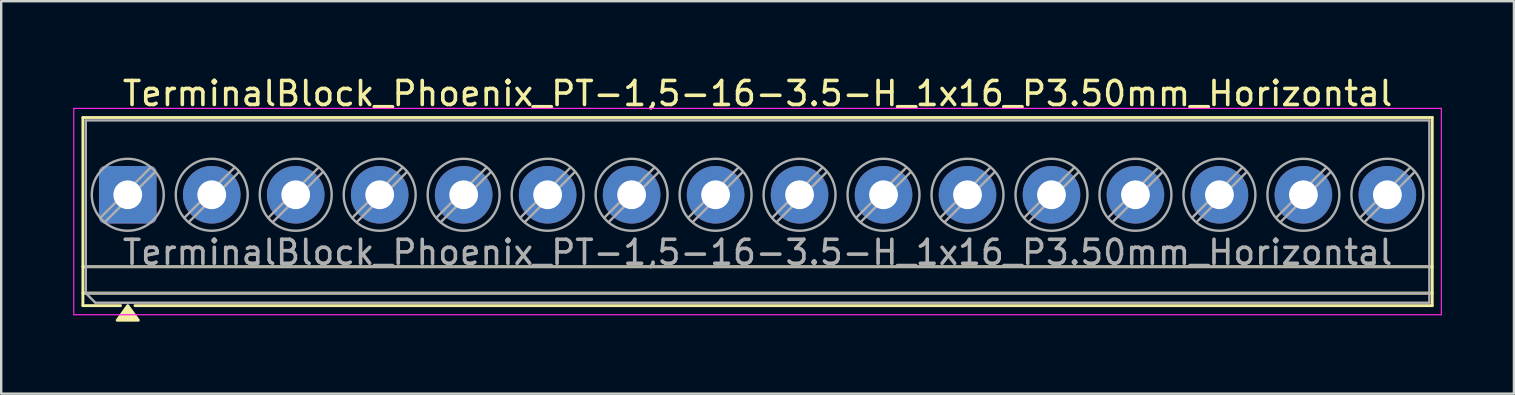
<source format=kicad_pcb>
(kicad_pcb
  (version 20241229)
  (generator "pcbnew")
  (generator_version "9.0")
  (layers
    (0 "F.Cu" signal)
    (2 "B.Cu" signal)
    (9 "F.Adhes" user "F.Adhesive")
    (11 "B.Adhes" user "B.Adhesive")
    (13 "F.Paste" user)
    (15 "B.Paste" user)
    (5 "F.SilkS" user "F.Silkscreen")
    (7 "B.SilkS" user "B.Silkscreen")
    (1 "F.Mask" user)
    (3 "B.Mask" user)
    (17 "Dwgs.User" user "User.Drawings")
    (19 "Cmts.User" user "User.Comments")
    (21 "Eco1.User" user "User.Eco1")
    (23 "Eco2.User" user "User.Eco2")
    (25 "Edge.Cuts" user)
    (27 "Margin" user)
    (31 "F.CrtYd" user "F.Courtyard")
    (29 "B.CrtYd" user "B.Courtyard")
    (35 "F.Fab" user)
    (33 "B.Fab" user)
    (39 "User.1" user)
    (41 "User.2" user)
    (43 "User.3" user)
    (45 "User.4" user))
  (footprint "TerminalBlock_Phoenix_PT-1,5-16-3.5-H_1x16_P3.50mm_Horizontal"
    (layer "F.Cu")
    (at 2.275 5.068)
    (property "Reference" "TerminalBlock_Phoenix_PT-1,5-16-3.5-H_1x16_P3.50mm_Horizontal" (at 26.25 -4.22 0) (layer "F.SilkS") (effects (font (size 1 1) (thickness 0.15))))
    (attr through_hole)
    (fp_line (start -1.87 -3.22) (end -1.87 4.62) (stroke (width 0.12) (type solid)) (layer "F.SilkS"))
    (fp_line (start -1.87 -3.22) (end 54.37 -3.22) (stroke (width 0.12) (type solid)) (layer "F.SilkS"))
    (fp_line (start -1.87 3) (end 54.37 3) (stroke (width 0.12) (type solid)) (layer "F.SilkS"))
    (fp_line (start -1.87 4.1) (end 54.37 4.1) (stroke (width 0.12) (type solid)) (layer "F.SilkS"))
    (fp_line (start -1.87 4.62) (end -0.3 4.62) (stroke (width 0.12) (type solid)) (layer "F.SilkS"))
    (fp_line (start 0.3 4.62) (end 54.37 4.62) (stroke (width 0.12) (type solid)) (layer "F.SilkS"))
    (fp_line (start 54.37 -3.22) (end 54.37 4.62) (stroke (width 0.12) (type solid)) (layer "F.SilkS"))
    (fp_poly (pts (xy 0 4.62) (xy 0.44 5.23) (xy -0.44 5.23)) (stroke (width 0.12) (type solid)) (fill yes) (layer "F.SilkS"))
    (fp_line (start -2.25 -3.6) (end -2.25 5) (stroke (width 0.05) (type solid)) (layer "F.CrtYd"))
    (fp_line (start -2.25 5) (end 54.75 5) (stroke (width 0.05) (type solid)) (layer "F.CrtYd"))
    (fp_line (start 54.75 -3.6) (end -2.25 -3.6) (stroke (width 0.05) (type solid)) (layer "F.CrtYd"))
    (fp_line (start 54.75 5) (end 54.75 -3.6) (stroke (width 0.05) (type solid)) (layer "F.CrtYd"))
    (fp_line (start -1.75 -3.1) (end 54.25 -3.1) (stroke (width 0.1) (type solid)) (layer "F.Fab"))
    (fp_line (start -1.75 3) (end 54.25 3) (stroke (width 0.1) (type solid)) (layer "F.Fab"))
    (fp_line (start -1.75 4.1) (end -1.75 -3.1) (stroke (width 0.1) (type solid)) (layer "F.Fab"))
    (fp_line (start -1.75 4.1) (end 54.25 4.1) (stroke (width 0.1) (type solid)) (layer "F.Fab"))
    (fp_line (start -1.35 4.5) (end -1.75 4.1) (stroke (width 0.1) (type solid)) (layer "F.Fab"))
    (fp_line (start 0.955 -1.138) (end -1.138 0.955) (stroke (width 0.1) (type solid)) (layer "F.Fab"))
    (fp_line (start 1.138 -0.955) (end -0.955 1.138) (stroke (width 0.1) (type solid)) (layer "F.Fab"))
    (fp_line (start 4.455 -1.138) (end 2.362 0.955) (stroke (width 0.1) (type solid)) (layer "F.Fab"))
    (fp_line (start 4.638 -0.955) (end 2.545 1.138) (stroke (width 0.1) (type solid)) (layer "F.Fab"))
    (fp_line (start 7.955 -1.138) (end 5.862 0.955) (stroke (width 0.1) (type solid)) (layer "F.Fab"))
    (fp_line (start 8.138 -0.955) (end 6.045 1.138) (stroke (width 0.1) (type solid)) (layer "F.Fab"))
    (fp_line (start 11.455 -1.138) (end 9.362 0.955) (stroke (width 0.1) (type solid)) (layer "F.Fab"))
    (fp_line (start 11.638 -0.955) (end 9.545 1.138) (stroke (width 0.1) (type solid)) (layer "F.Fab"))
    (fp_line (start 14.955 -1.138) (end 12.862 0.955) (stroke (width 0.1) (type solid)) (layer "F.Fab"))
    (fp_line (start 15.138 -0.955) (end 13.045 1.138) (stroke (width 0.1) (type solid)) (layer "F.Fab"))
    (fp_line (start 18.455 -1.138) (end 16.362 0.955) (stroke (width 0.1) (type solid)) (layer "F.Fab"))
    (fp_line (start 18.638 -0.955) (end 16.545 1.138) (stroke (width 0.1) (type solid)) (layer "F.Fab"))
    (fp_line (start 21.955 -1.138) (end 19.862 0.955) (stroke (width 0.1) (type solid)) (layer "F.Fab"))
    (fp_line (start 22.138 -0.955) (end 20.045 1.138) (stroke (width 0.1) (type solid)) (layer "F.Fab"))
    (fp_line (start 25.455 -1.138) (end 23.362 0.955) (stroke (width 0.1) (type solid)) (layer "F.Fab"))
    (fp_line (start 25.638 -0.955) (end 23.545 1.138) (stroke (width 0.1) (type solid)) (layer "F.Fab"))
    (fp_line (start 28.955 -1.138) (end 26.862 0.955) (stroke (width 0.1) (type solid)) (layer "F.Fab"))
    (fp_line (start 29.138 -0.955) (end 27.045 1.138) (stroke (width 0.1) (type solid)) (layer "F.Fab"))
    (fp_line (start 32.455 -1.138) (end 30.362 0.955) (stroke (width 0.1) (type solid)) (layer "F.Fab"))
    (fp_line (start 32.638 -0.955) (end 30.545 1.138) (stroke (width 0.1) (type solid)) (layer "F.Fab"))
    (fp_line (start 35.955 -1.138) (end 33.862 0.955) (stroke (width 0.1) (type solid)) (layer "F.Fab"))
    (fp_line (start 36.138 -0.955) (end 34.045 1.138) (stroke (width 0.1) (type solid)) (layer "F.Fab"))
    (fp_line (start 39.455 -1.138) (end 37.362 0.955) (stroke (width 0.1) (type solid)) (layer "F.Fab"))
    (fp_line (start 39.638 -0.955) (end 37.545 1.138) (stroke (width 0.1) (type solid)) (layer "F.Fab"))
    (fp_line (start 42.955 -1.138) (end 40.862 0.955) (stroke (width 0.1) (type solid)) (layer "F.Fab"))
    (fp_line (start 43.138 -0.955) (end 41.045 1.138) (stroke (width 0.1) (type solid)) (layer "F.Fab"))
    (fp_line (start 46.455 -1.138) (end 44.362 0.955) (stroke (width 0.1) (type solid)) (layer "F.Fab"))
    (fp_line (start 46.638 -0.955) (end 44.545 1.138) (stroke (width 0.1) (type solid)) (layer "F.Fab"))
    (fp_line (start 49.955 -1.138) (end 47.862 0.955) (stroke (width 0.1) (type solid)) (layer "F.Fab"))
    (fp_line (start 50.138 -0.955) (end 48.045 1.138) (stroke (width 0.1) (type solid)) (layer "F.Fab"))
    (fp_line (start 53.455 -1.138) (end 51.362 0.955) (stroke (width 0.1) (type solid)) (layer "F.Fab"))
    (fp_line (start 53.638 -0.955) (end 51.545 1.138) (stroke (width 0.1) (type solid)) (layer "F.Fab"))
    (fp_line (start 54.25 -3.1) (end 54.25 4.5) (stroke (width 0.1) (type solid)) (layer "F.Fab"))
    (fp_line (start 54.25 4.5) (end -1.35 4.5) (stroke (width 0.1) (type solid)) (layer "F.Fab"))
    (fp_circle (center 0 0) (end 1.5 0) (stroke (width 0.1) (type solid)) (fill no) (layer "F.Fab"))
    (fp_circle (center 3.5 0) (end 5 0) (stroke (width 0.1) (type solid)) (fill no) (layer "F.Fab"))
    (fp_circle (center 7 0) (end 8.5 0) (stroke (width 0.1) (type solid)) (fill no) (layer "F.Fab"))
    (fp_circle (center 10.5 0) (end 12 0) (stroke (width 0.1) (type solid)) (fill no) (layer "F.Fab"))
    (fp_circle (center 14 0) (end 15.5 0) (stroke (width 0.1) (type solid)) (fill no) (layer "F.Fab"))
    (fp_circle (center 17.5 0) (end 19 0) (stroke (width 0.1) (type solid)) (fill no) (layer "F.Fab"))
    (fp_circle (center 21 0) (end 22.5 0) (stroke (width 0.1) (type solid)) (fill no) (layer "F.Fab"))
    (fp_circle (center 24.5 0) (end 26 0) (stroke (width 0.1) (type solid)) (fill no) (layer "F.Fab"))
    (fp_circle (center 28 0) (end 29.5 0) (stroke (width 0.1) (type solid)) (fill no) (layer "F.Fab"))
    (fp_circle (center 31.5 0) (end 33 0) (stroke (width 0.1) (type solid)) (fill no) (layer "F.Fab"))
    (fp_circle (center 35 0) (end 36.5 0) (stroke (width 0.1) (type solid)) (fill no) (layer "F.Fab"))
    (fp_circle (center 38.5 0) (end 40 0) (stroke (width 0.1) (type solid)) (fill no) (layer "F.Fab"))
    (fp_circle (center 42 0) (end 43.5 0) (stroke (width 0.1) (type solid)) (fill no) (layer "F.Fab"))
    (fp_circle (center 45.5 0) (end 47 0) (stroke (width 0.1) (type solid)) (fill no) (layer "F.Fab"))
    (fp_circle (center 49 0) (end 50.5 0) (stroke (width 0.1) (type solid)) (fill no) (layer "F.Fab"))
    (fp_circle (center 52.5 0) (end 54 0) (stroke (width 0.1) (type solid)) (fill no) (layer "F.Fab"))
    (fp_text user "${REFERENCE}" (at 26.25 2.4 0) (layer "F.Fab") (effects (font (size 1 1) (thickness 0.15))))
    (pad "1" thru_hole roundrect (at 0 0) (size 2.4 2.4) (drill 1.2) (layers "*.Cu" "*.Mask") (roundrect_rratio 0.104))
    (pad "2" thru_hole circle (at 3.5 0) (size 2.4 2.4) (drill 1.2) (layers "*.Cu" "*.Mask"))
    (pad "3" thru_hole circle (at 7 0) (size 2.4 2.4) (drill 1.2) (layers "*.Cu" "*.Mask"))
    (pad "4" thru_hole circle (at 10.5 0) (size 2.4 2.4) (drill 1.2) (layers "*.Cu" "*.Mask"))
    (pad "5" thru_hole circle (at 14 0) (size 2.4 2.4) (drill 1.2) (layers "*.Cu" "*.Mask"))
    (pad "6" thru_hole circle (at 17.5 0) (size 2.4 2.4) (drill 1.2) (layers "*.Cu" "*.Mask"))
    (pad "7" thru_hole circle (at 21 0) (size 2.4 2.4) (drill 1.2) (layers "*.Cu" "*.Mask"))
    (pad "8" thru_hole circle (at 24.5 0) (size 2.4 2.4) (drill 1.2) (layers "*.Cu" "*.Mask"))
    (pad "9" thru_hole circle (at 28 0) (size 2.4 2.4) (drill 1.2) (layers "*.Cu" "*.Mask"))
    (pad "10" thru_hole circle (at 31.5 0) (size 2.4 2.4) (drill 1.2) (layers "*.Cu" "*.Mask"))
    (pad "11" thru_hole circle (at 35 0) (size 2.4 2.4) (drill 1.2) (layers "*.Cu" "*.Mask"))
    (pad "12" thru_hole circle (at 38.5 0) (size 2.4 2.4) (drill 1.2) (layers "*.Cu" "*.Mask"))
    (pad "13" thru_hole circle (at 42 0) (size 2.4 2.4) (drill 1.2) (layers "*.Cu" "*.Mask"))
    (pad "14" thru_hole circle (at 45.5 0) (size 2.4 2.4) (drill 1.2) (layers "*.Cu" "*.Mask"))
    (pad "15" thru_hole circle (at 49 0) (size 2.4 2.4) (drill 1.2) (layers "*.Cu" "*.Mask"))
    (pad "16" thru_hole circle (at 52.5 0) (size 2.4 2.4) (drill 1.2) (layers "*.Cu" "*.Mask")))
  (gr_rect
    (start -3 -3)
    (end 60.05 13.358)
    (stroke (width 0.1) (type default))
    (fill no)
    (layer "Edge.Cuts")))
</source>
